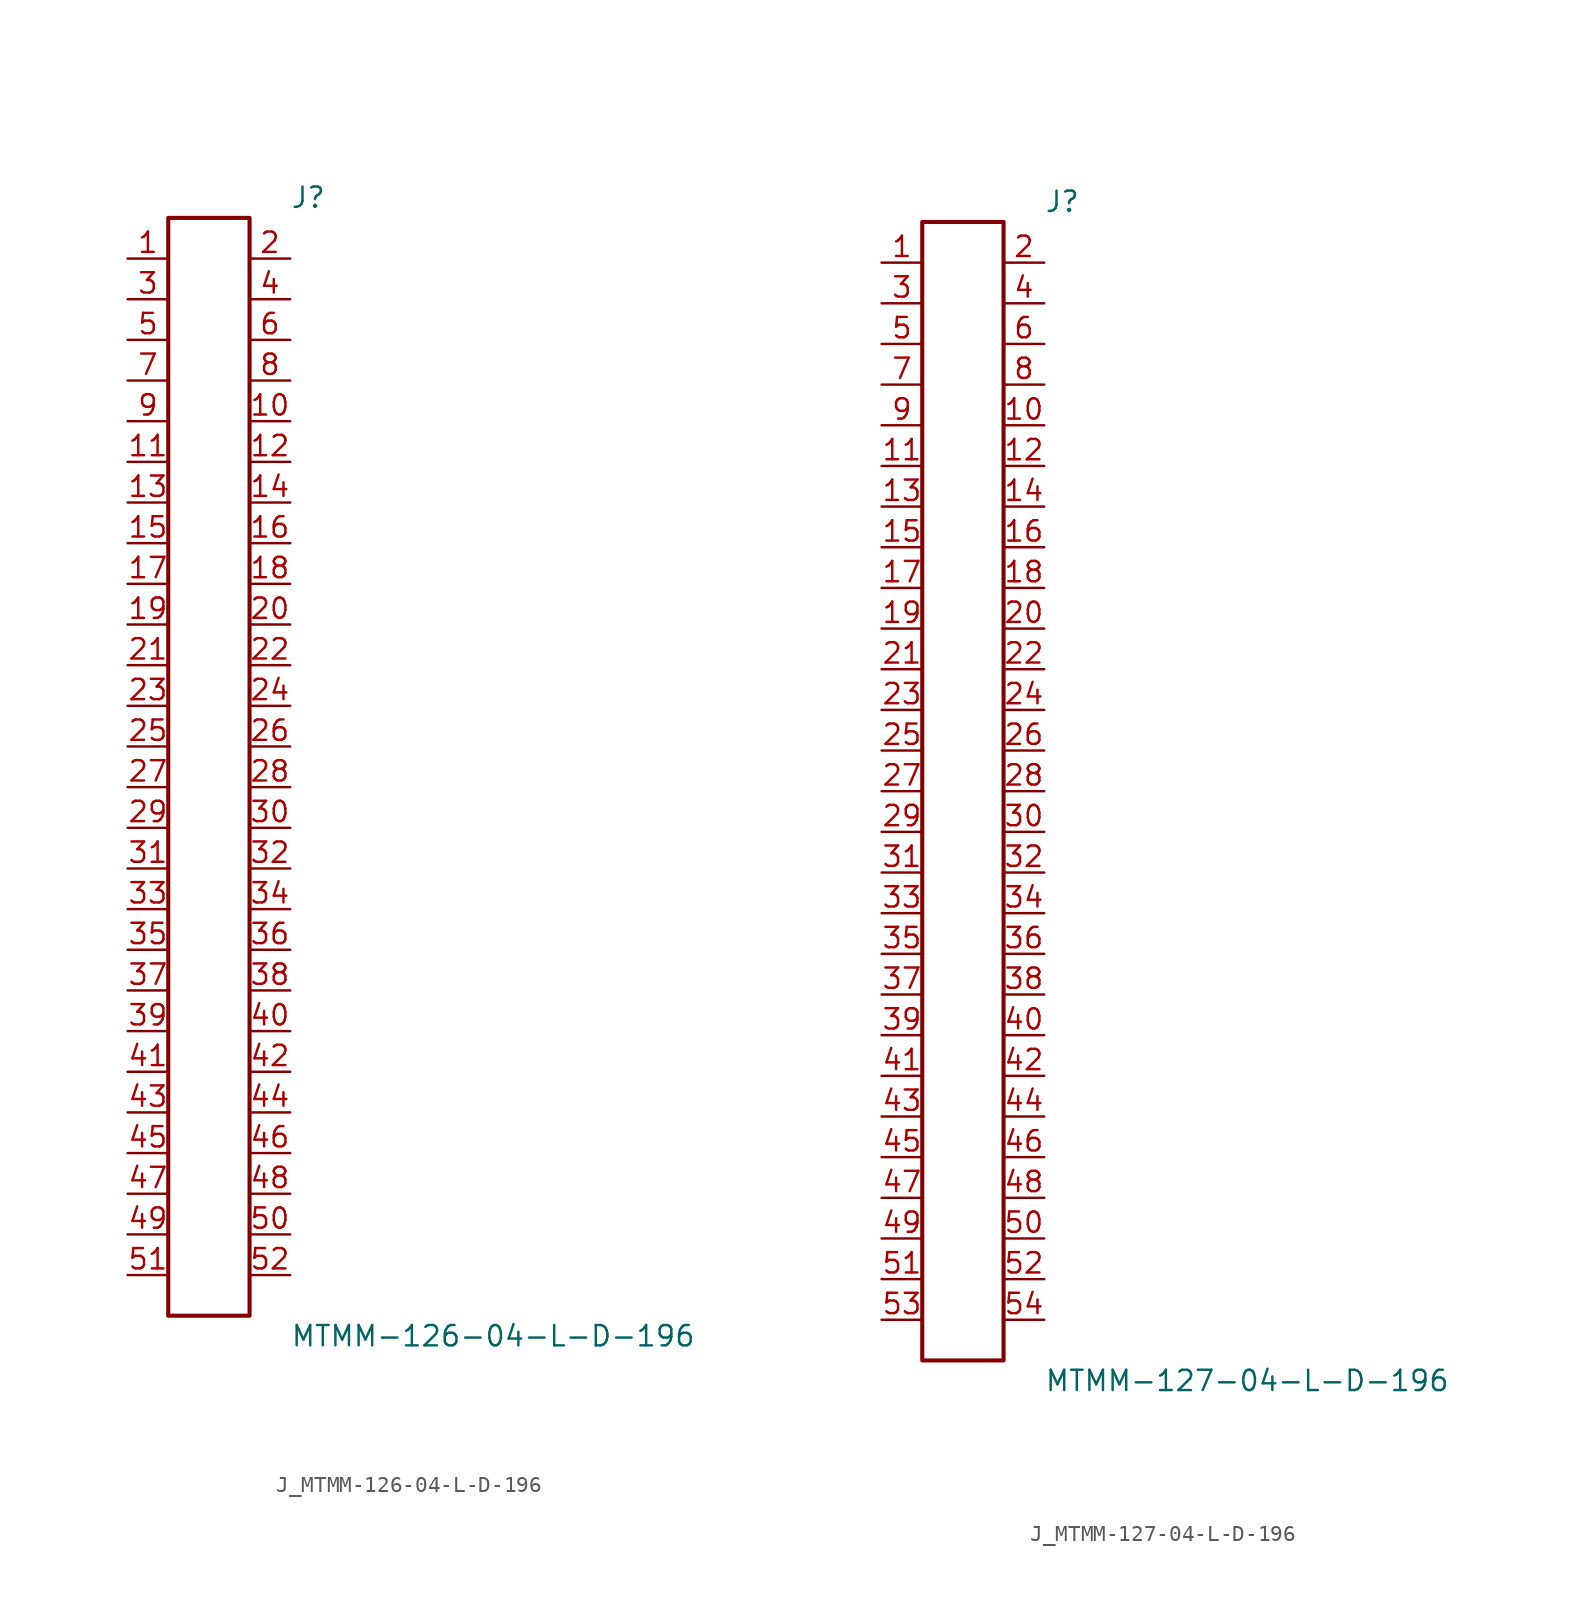
<source format=kicad_sym>
(kicad_symbol_lib
  (version 20231120)
  (generator kicad_symbol_editor)
  (generator_version 8.0)
  (symbol "J_MTMM-126-04-L-D-196"
    (pin_names
      (offset 0.254))
    (property "Reference" "J"
      (at 5.08 35.56 0)
      (effects (font (size 1.27 1.27)) (justify left)))
    (property "Value" "MTMM-126-04-L-D-196"
      (at 5.08 -35.56 0)
      (effects (font (size 1.27 1.27)) (justify left)))
    (symbol "J_MTMM-126-04-L-D-196_0_0"
      (pin passive line (at -5.08 31.75 0) (length 2.54) (name "" (effects (font (size 1.27 1.27)))) (number "1" (effects (font (size 1.27 1.27)))))
      (pin passive line (at 5.08 31.75 180) (length 2.54) (name "" (effects (font (size 1.27 1.27)))) (number "2" (effects (font (size 1.27 1.27)))))
      (pin passive line (at -5.08 29.21 0) (length 2.54) (name "" (effects (font (size 1.27 1.27)))) (number "3" (effects (font (size 1.27 1.27)))))
      (pin passive line (at 5.08 29.21 180) (length 2.54) (name "" (effects (font (size 1.27 1.27)))) (number "4" (effects (font (size 1.27 1.27)))))
      (pin passive line (at -5.08 26.67 0) (length 2.54) (name "" (effects (font (size 1.27 1.27)))) (number "5" (effects (font (size 1.27 1.27)))))
      (pin passive line (at 5.08 26.67 180) (length 2.54) (name "" (effects (font (size 1.27 1.27)))) (number "6" (effects (font (size 1.27 1.27)))))
      (pin passive line (at -5.08 24.13 0) (length 2.54) (name "" (effects (font (size 1.27 1.27)))) (number "7" (effects (font (size 1.27 1.27)))))
      (pin passive line (at 5.08 24.13 180) (length 2.54) (name "" (effects (font (size 1.27 1.27)))) (number "8" (effects (font (size 1.27 1.27)))))
      (pin passive line (at -5.08 21.59 0) (length 2.54) (name "" (effects (font (size 1.27 1.27)))) (number "9" (effects (font (size 1.27 1.27)))))
      (pin passive line (at 5.08 21.59 180) (length 2.54) (name "" (effects (font (size 1.27 1.27)))) (number "10" (effects (font (size 1.27 1.27)))))
      (pin passive line (at -5.08 19.05 0) (length 2.54) (name "" (effects (font (size 1.27 1.27)))) (number "11" (effects (font (size 1.27 1.27)))))
      (pin passive line (at 5.08 19.05 180) (length 2.54) (name "" (effects (font (size 1.27 1.27)))) (number "12" (effects (font (size 1.27 1.27)))))
      (pin passive line (at -5.08 16.51 0) (length 2.54) (name "" (effects (font (size 1.27 1.27)))) (number "13" (effects (font (size 1.27 1.27)))))
      (pin passive line (at 5.08 16.51 180) (length 2.54) (name "" (effects (font (size 1.27 1.27)))) (number "14" (effects (font (size 1.27 1.27)))))
      (pin passive line (at -5.08 13.97 0) (length 2.54) (name "" (effects (font (size 1.27 1.27)))) (number "15" (effects (font (size 1.27 1.27)))))
      (pin passive line (at 5.08 13.97 180) (length 2.54) (name "" (effects (font (size 1.27 1.27)))) (number "16" (effects (font (size 1.27 1.27)))))
      (pin passive line (at -5.08 11.43 0) (length 2.54) (name "" (effects (font (size 1.27 1.27)))) (number "17" (effects (font (size 1.27 1.27)))))
      (pin passive line (at 5.08 11.43 180) (length 2.54) (name "" (effects (font (size 1.27 1.27)))) (number "18" (effects (font (size 1.27 1.27)))))
      (pin passive line (at -5.08 8.89 0) (length 2.54) (name "" (effects (font (size 1.27 1.27)))) (number "19" (effects (font (size 1.27 1.27)))))
      (pin passive line (at 5.08 8.89 180) (length 2.54) (name "" (effects (font (size 1.27 1.27)))) (number "20" (effects (font (size 1.27 1.27)))))
      (pin passive line (at -5.08 6.35 0) (length 2.54) (name "" (effects (font (size 1.27 1.27)))) (number "21" (effects (font (size 1.27 1.27)))))
      (pin passive line (at 5.08 6.35 180) (length 2.54) (name "" (effects (font (size 1.27 1.27)))) (number "22" (effects (font (size 1.27 1.27)))))
      (pin passive line (at -5.08 3.81 0) (length 2.54) (name "" (effects (font (size 1.27 1.27)))) (number "23" (effects (font (size 1.27 1.27)))))
      (pin passive line (at 5.08 3.81 180) (length 2.54) (name "" (effects (font (size 1.27 1.27)))) (number "24" (effects (font (size 1.27 1.27)))))
      (pin passive line (at -5.08 1.27 0) (length 2.54) (name "" (effects (font (size 1.27 1.27)))) (number "25" (effects (font (size 1.27 1.27)))))
      (pin passive line (at 5.08 1.27 180) (length 2.54) (name "" (effects (font (size 1.27 1.27)))) (number "26" (effects (font (size 1.27 1.27)))))
      (pin passive line (at -5.08 -1.27 0) (length 2.54) (name "" (effects (font (size 1.27 1.27)))) (number "27" (effects (font (size 1.27 1.27)))))
      (pin passive line (at 5.08 -1.27 180) (length 2.54) (name "" (effects (font (size 1.27 1.27)))) (number "28" (effects (font (size 1.27 1.27)))))
      (pin passive line (at -5.08 -3.81 0) (length 2.54) (name "" (effects (font (size 1.27 1.27)))) (number "29" (effects (font (size 1.27 1.27)))))
      (pin passive line (at 5.08 -3.81 180) (length 2.54) (name "" (effects (font (size 1.27 1.27)))) (number "30" (effects (font (size 1.27 1.27)))))
      (pin passive line (at -5.08 -6.35 0) (length 2.54) (name "" (effects (font (size 1.27 1.27)))) (number "31" (effects (font (size 1.27 1.27)))))
      (pin passive line (at 5.08 -6.35 180) (length 2.54) (name "" (effects (font (size 1.27 1.27)))) (number "32" (effects (font (size 1.27 1.27)))))
      (pin passive line (at -5.08 -8.89 0) (length 2.54) (name "" (effects (font (size 1.27 1.27)))) (number "33" (effects (font (size 1.27 1.27)))))
      (pin passive line (at 5.08 -8.89 180) (length 2.54) (name "" (effects (font (size 1.27 1.27)))) (number "34" (effects (font (size 1.27 1.27)))))
      (pin passive line (at -5.08 -11.43 0) (length 2.54) (name "" (effects (font (size 1.27 1.27)))) (number "35" (effects (font (size 1.27 1.27)))))
      (pin passive line (at 5.08 -11.43 180) (length 2.54) (name "" (effects (font (size 1.27 1.27)))) (number "36" (effects (font (size 1.27 1.27)))))
      (pin passive line (at -5.08 -13.97 0) (length 2.54) (name "" (effects (font (size 1.27 1.27)))) (number "37" (effects (font (size 1.27 1.27)))))
      (pin passive line (at 5.08 -13.97 180) (length 2.54) (name "" (effects (font (size 1.27 1.27)))) (number "38" (effects (font (size 1.27 1.27)))))
      (pin passive line (at -5.08 -16.51 0) (length 2.54) (name "" (effects (font (size 1.27 1.27)))) (number "39" (effects (font (size 1.27 1.27)))))
      (pin passive line (at 5.08 -16.51 180) (length 2.54) (name "" (effects (font (size 1.27 1.27)))) (number "40" (effects (font (size 1.27 1.27)))))
      (pin passive line (at -5.08 -19.05 0) (length 2.54) (name "" (effects (font (size 1.27 1.27)))) (number "41" (effects (font (size 1.27 1.27)))))
      (pin passive line (at 5.08 -19.05 180) (length 2.54) (name "" (effects (font (size 1.27 1.27)))) (number "42" (effects (font (size 1.27 1.27)))))
      (pin passive line (at -5.08 -21.59 0) (length 2.54) (name "" (effects (font (size 1.27 1.27)))) (number "43" (effects (font (size 1.27 1.27)))))
      (pin passive line (at 5.08 -21.59 180) (length 2.54) (name "" (effects (font (size 1.27 1.27)))) (number "44" (effects (font (size 1.27 1.27)))))
      (pin passive line (at -5.08 -24.13 0) (length 2.54) (name "" (effects (font (size 1.27 1.27)))) (number "45" (effects (font (size 1.27 1.27)))))
      (pin passive line (at 5.08 -24.13 180) (length 2.54) (name "" (effects (font (size 1.27 1.27)))) (number "46" (effects (font (size 1.27 1.27)))))
      (pin passive line (at -5.08 -26.67 0) (length 2.54) (name "" (effects (font (size 1.27 1.27)))) (number "47" (effects (font (size 1.27 1.27)))))
      (pin passive line (at 5.08 -26.67 180) (length 2.54) (name "" (effects (font (size 1.27 1.27)))) (number "48" (effects (font (size 1.27 1.27)))))
      (pin passive line (at -5.08 -29.21 0) (length 2.54) (name "" (effects (font (size 1.27 1.27)))) (number "49" (effects (font (size 1.27 1.27)))))
      (pin passive line (at 5.08 -29.21 180) (length 2.54) (name "" (effects (font (size 1.27 1.27)))) (number "50" (effects (font (size 1.27 1.27)))))
      (pin passive line (at -5.08 -31.75 0) (length 2.54) (name "" (effects (font (size 1.27 1.27)))) (number "51" (effects (font (size 1.27 1.27)))))
      (pin passive line (at 5.08 -31.75 180) (length 2.54) (name "" (effects (font (size 1.27 1.27)))) (number "52" (effects (font (size 1.27 1.27))))))
    (symbol "J_MTMM-126-04-L-D-196_1_0"
      (rectangle (start -2.54 34.29) (end 2.54 -34.29) (stroke (width 0.254) (type solid)) (fill (type none)))))
  (symbol "J_MTMM-127-04-L-D-196"
    (pin_names
      (offset 0.254))
    (property "Reference" "J"
      (at 5.08 36.83 0)
      (effects (font (size 1.27 1.27)) (justify left)))
    (property "Value" "MTMM-127-04-L-D-196"
      (at 5.08 -36.83 0)
      (effects (font (size 1.27 1.27)) (justify left)))
    (symbol "J_MTMM-127-04-L-D-196_0_0"
      (pin passive line (at -5.08 33.02 0) (length 2.54) (name "" (effects (font (size 1.27 1.27)))) (number "1" (effects (font (size 1.27 1.27)))))
      (pin passive line (at 5.08 33.02 180) (length 2.54) (name "" (effects (font (size 1.27 1.27)))) (number "2" (effects (font (size 1.27 1.27)))))
      (pin passive line (at -5.08 30.48 0) (length 2.54) (name "" (effects (font (size 1.27 1.27)))) (number "3" (effects (font (size 1.27 1.27)))))
      (pin passive line (at 5.08 30.48 180) (length 2.54) (name "" (effects (font (size 1.27 1.27)))) (number "4" (effects (font (size 1.27 1.27)))))
      (pin passive line (at -5.08 27.94 0) (length 2.54) (name "" (effects (font (size 1.27 1.27)))) (number "5" (effects (font (size 1.27 1.27)))))
      (pin passive line (at 5.08 27.94 180) (length 2.54) (name "" (effects (font (size 1.27 1.27)))) (number "6" (effects (font (size 1.27 1.27)))))
      (pin passive line (at -5.08 25.4 0) (length 2.54) (name "" (effects (font (size 1.27 1.27)))) (number "7" (effects (font (size 1.27 1.27)))))
      (pin passive line (at 5.08 25.4 180) (length 2.54) (name "" (effects (font (size 1.27 1.27)))) (number "8" (effects (font (size 1.27 1.27)))))
      (pin passive line (at -5.08 22.86 0) (length 2.54) (name "" (effects (font (size 1.27 1.27)))) (number "9" (effects (font (size 1.27 1.27)))))
      (pin passive line (at 5.08 22.86 180) (length 2.54) (name "" (effects (font (size 1.27 1.27)))) (number "10" (effects (font (size 1.27 1.27)))))
      (pin passive line (at -5.08 20.32 0) (length 2.54) (name "" (effects (font (size 1.27 1.27)))) (number "11" (effects (font (size 1.27 1.27)))))
      (pin passive line (at 5.08 20.32 180) (length 2.54) (name "" (effects (font (size 1.27 1.27)))) (number "12" (effects (font (size 1.27 1.27)))))
      (pin passive line (at -5.08 17.78 0) (length 2.54) (name "" (effects (font (size 1.27 1.27)))) (number "13" (effects (font (size 1.27 1.27)))))
      (pin passive line (at 5.08 17.78 180) (length 2.54) (name "" (effects (font (size 1.27 1.27)))) (number "14" (effects (font (size 1.27 1.27)))))
      (pin passive line (at -5.08 15.24 0) (length 2.54) (name "" (effects (font (size 1.27 1.27)))) (number "15" (effects (font (size 1.27 1.27)))))
      (pin passive line (at 5.08 15.24 180) (length 2.54) (name "" (effects (font (size 1.27 1.27)))) (number "16" (effects (font (size 1.27 1.27)))))
      (pin passive line (at -5.08 12.7 0) (length 2.54) (name "" (effects (font (size 1.27 1.27)))) (number "17" (effects (font (size 1.27 1.27)))))
      (pin passive line (at 5.08 12.7 180) (length 2.54) (name "" (effects (font (size 1.27 1.27)))) (number "18" (effects (font (size 1.27 1.27)))))
      (pin passive line (at -5.08 10.16 0) (length 2.54) (name "" (effects (font (size 1.27 1.27)))) (number "19" (effects (font (size 1.27 1.27)))))
      (pin passive line (at 5.08 10.16 180) (length 2.54) (name "" (effects (font (size 1.27 1.27)))) (number "20" (effects (font (size 1.27 1.27)))))
      (pin passive line (at -5.08 7.62 0) (length 2.54) (name "" (effects (font (size 1.27 1.27)))) (number "21" (effects (font (size 1.27 1.27)))))
      (pin passive line (at 5.08 7.62 180) (length 2.54) (name "" (effects (font (size 1.27 1.27)))) (number "22" (effects (font (size 1.27 1.27)))))
      (pin passive line (at -5.08 5.08 0) (length 2.54) (name "" (effects (font (size 1.27 1.27)))) (number "23" (effects (font (size 1.27 1.27)))))
      (pin passive line (at 5.08 5.08 180) (length 2.54) (name "" (effects (font (size 1.27 1.27)))) (number "24" (effects (font (size 1.27 1.27)))))
      (pin passive line (at -5.08 2.54 0) (length 2.54) (name "" (effects (font (size 1.27 1.27)))) (number "25" (effects (font (size 1.27 1.27)))))
      (pin passive line (at 5.08 2.54 180) (length 2.54) (name "" (effects (font (size 1.27 1.27)))) (number "26" (effects (font (size 1.27 1.27)))))
      (pin passive line (at -5.08 0.0 0) (length 2.54) (name "" (effects (font (size 1.27 1.27)))) (number "27" (effects (font (size 1.27 1.27)))))
      (pin passive line (at 5.08 0.0 180) (length 2.54) (name "" (effects (font (size 1.27 1.27)))) (number "28" (effects (font (size 1.27 1.27)))))
      (pin passive line (at -5.08 -2.54 0) (length 2.54) (name "" (effects (font (size 1.27 1.27)))) (number "29" (effects (font (size 1.27 1.27)))))
      (pin passive line (at 5.08 -2.54 180) (length 2.54) (name "" (effects (font (size 1.27 1.27)))) (number "30" (effects (font (size 1.27 1.27)))))
      (pin passive line (at -5.08 -5.08 0) (length 2.54) (name "" (effects (font (size 1.27 1.27)))) (number "31" (effects (font (size 1.27 1.27)))))
      (pin passive line (at 5.08 -5.08 180) (length 2.54) (name "" (effects (font (size 1.27 1.27)))) (number "32" (effects (font (size 1.27 1.27)))))
      (pin passive line (at -5.08 -7.62 0) (length 2.54) (name "" (effects (font (size 1.27 1.27)))) (number "33" (effects (font (size 1.27 1.27)))))
      (pin passive line (at 5.08 -7.62 180) (length 2.54) (name "" (effects (font (size 1.27 1.27)))) (number "34" (effects (font (size 1.27 1.27)))))
      (pin passive line (at -5.08 -10.16 0) (length 2.54) (name "" (effects (font (size 1.27 1.27)))) (number "35" (effects (font (size 1.27 1.27)))))
      (pin passive line (at 5.08 -10.16 180) (length 2.54) (name "" (effects (font (size 1.27 1.27)))) (number "36" (effects (font (size 1.27 1.27)))))
      (pin passive line (at -5.08 -12.7 0) (length 2.54) (name "" (effects (font (size 1.27 1.27)))) (number "37" (effects (font (size 1.27 1.27)))))
      (pin passive line (at 5.08 -12.7 180) (length 2.54) (name "" (effects (font (size 1.27 1.27)))) (number "38" (effects (font (size 1.27 1.27)))))
      (pin passive line (at -5.08 -15.24 0) (length 2.54) (name "" (effects (font (size 1.27 1.27)))) (number "39" (effects (font (size 1.27 1.27)))))
      (pin passive line (at 5.08 -15.24 180) (length 2.54) (name "" (effects (font (size 1.27 1.27)))) (number "40" (effects (font (size 1.27 1.27)))))
      (pin passive line (at -5.08 -17.78 0) (length 2.54) (name "" (effects (font (size 1.27 1.27)))) (number "41" (effects (font (size 1.27 1.27)))))
      (pin passive line (at 5.08 -17.78 180) (length 2.54) (name "" (effects (font (size 1.27 1.27)))) (number "42" (effects (font (size 1.27 1.27)))))
      (pin passive line (at -5.08 -20.32 0) (length 2.54) (name "" (effects (font (size 1.27 1.27)))) (number "43" (effects (font (size 1.27 1.27)))))
      (pin passive line (at 5.08 -20.32 180) (length 2.54) (name "" (effects (font (size 1.27 1.27)))) (number "44" (effects (font (size 1.27 1.27)))))
      (pin passive line (at -5.08 -22.86 0) (length 2.54) (name "" (effects (font (size 1.27 1.27)))) (number "45" (effects (font (size 1.27 1.27)))))
      (pin passive line (at 5.08 -22.86 180) (length 2.54) (name "" (effects (font (size 1.27 1.27)))) (number "46" (effects (font (size 1.27 1.27)))))
      (pin passive line (at -5.08 -25.4 0) (length 2.54) (name "" (effects (font (size 1.27 1.27)))) (number "47" (effects (font (size 1.27 1.27)))))
      (pin passive line (at 5.08 -25.4 180) (length 2.54) (name "" (effects (font (size 1.27 1.27)))) (number "48" (effects (font (size 1.27 1.27)))))
      (pin passive line (at -5.08 -27.94 0) (length 2.54) (name "" (effects (font (size 1.27 1.27)))) (number "49" (effects (font (size 1.27 1.27)))))
      (pin passive line (at 5.08 -27.94 180) (length 2.54) (name "" (effects (font (size 1.27 1.27)))) (number "50" (effects (font (size 1.27 1.27)))))
      (pin passive line (at -5.08 -30.48 0) (length 2.54) (name "" (effects (font (size 1.27 1.27)))) (number "51" (effects (font (size 1.27 1.27)))))
      (pin passive line (at 5.08 -30.48 180) (length 2.54) (name "" (effects (font (size 1.27 1.27)))) (number "52" (effects (font (size 1.27 1.27)))))
      (pin passive line (at -5.08 -33.02 0) (length 2.54) (name "" (effects (font (size 1.27 1.27)))) (number "53" (effects (font (size 1.27 1.27)))))
      (pin passive line (at 5.08 -33.02 180) (length 2.54) (name "" (effects (font (size 1.27 1.27)))) (number "54" (effects (font (size 1.27 1.27))))))
    (symbol "J_MTMM-127-04-L-D-196_1_0"
      (rectangle (start -2.54 35.56) (end 2.54 -35.56) (stroke (width 0.254) (type solid)) (fill (type none))))))
</source>
